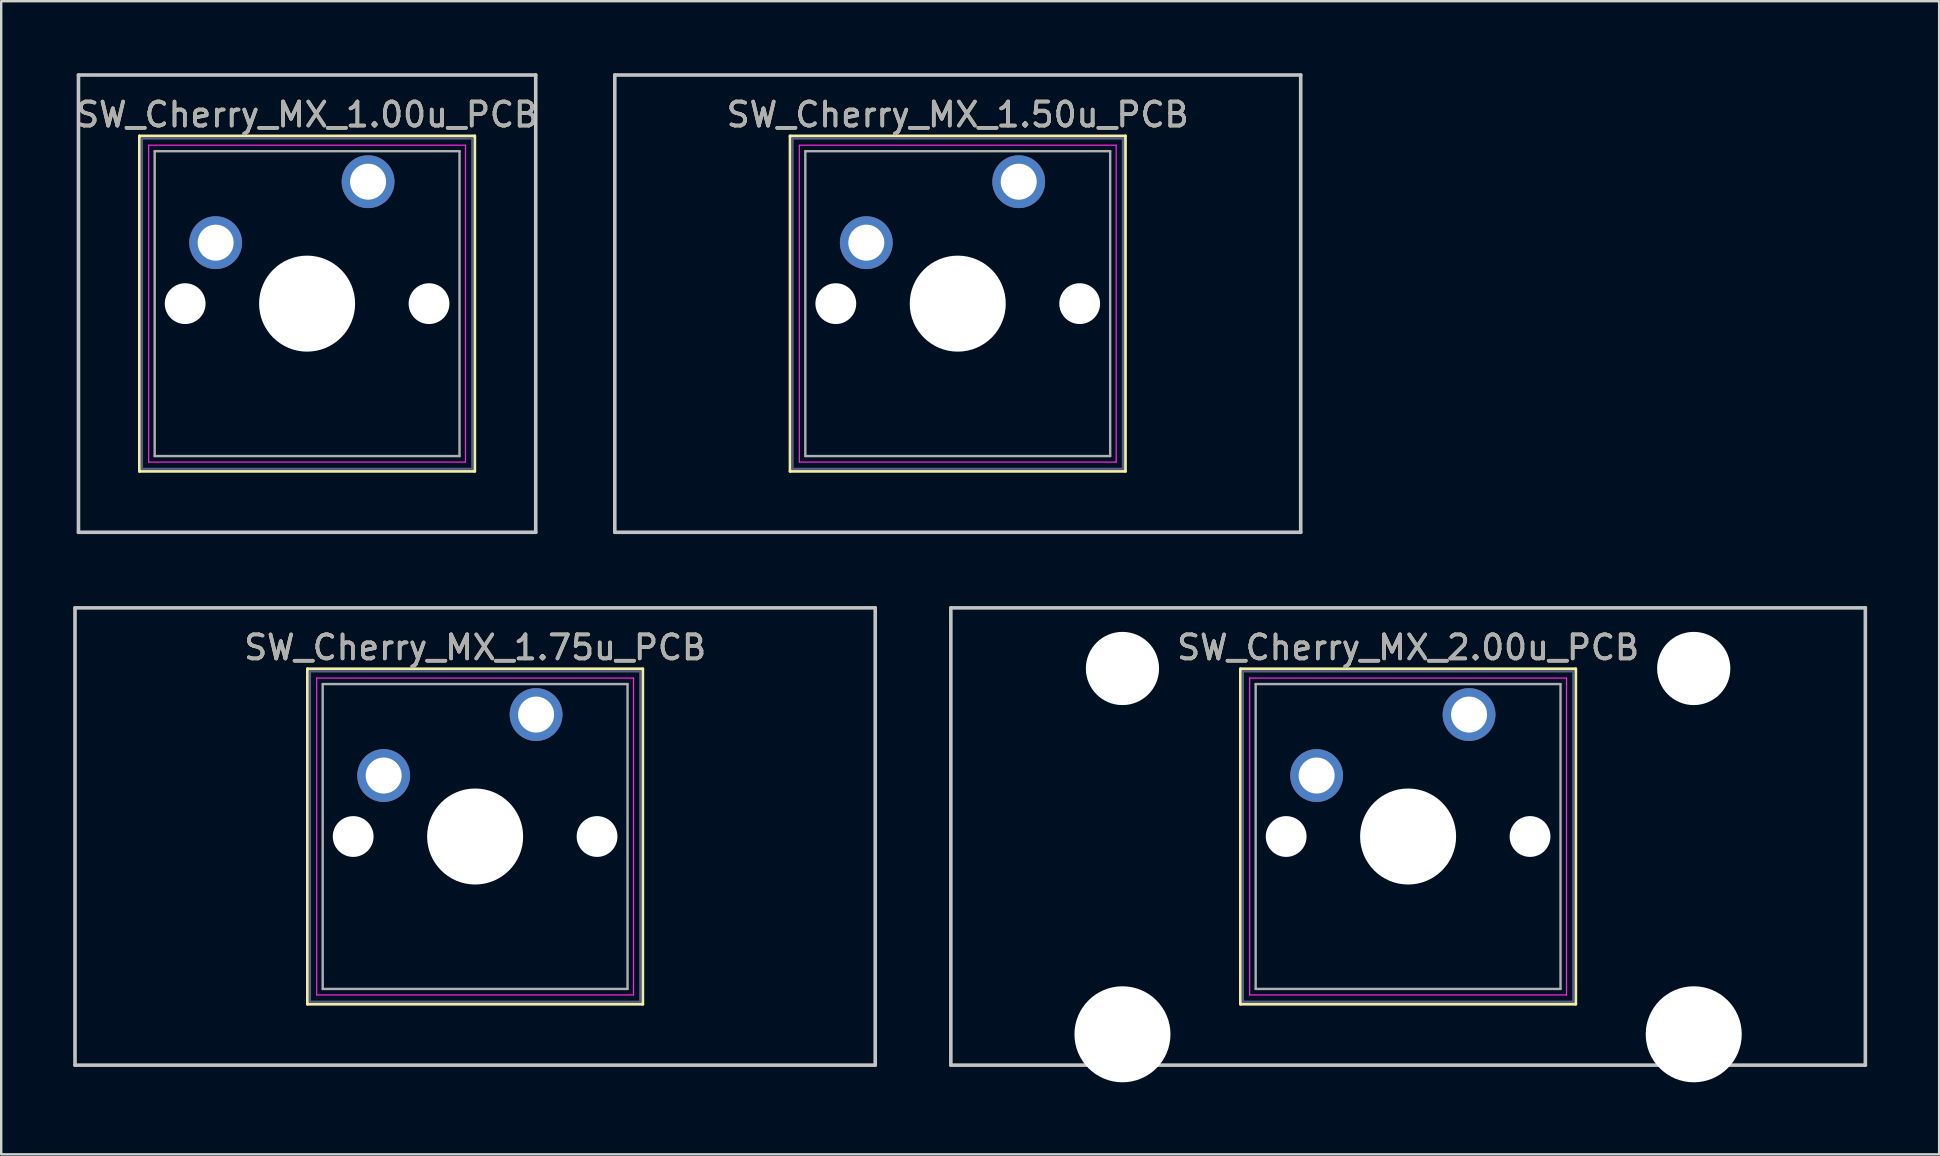
<source format=kicad_pcb>
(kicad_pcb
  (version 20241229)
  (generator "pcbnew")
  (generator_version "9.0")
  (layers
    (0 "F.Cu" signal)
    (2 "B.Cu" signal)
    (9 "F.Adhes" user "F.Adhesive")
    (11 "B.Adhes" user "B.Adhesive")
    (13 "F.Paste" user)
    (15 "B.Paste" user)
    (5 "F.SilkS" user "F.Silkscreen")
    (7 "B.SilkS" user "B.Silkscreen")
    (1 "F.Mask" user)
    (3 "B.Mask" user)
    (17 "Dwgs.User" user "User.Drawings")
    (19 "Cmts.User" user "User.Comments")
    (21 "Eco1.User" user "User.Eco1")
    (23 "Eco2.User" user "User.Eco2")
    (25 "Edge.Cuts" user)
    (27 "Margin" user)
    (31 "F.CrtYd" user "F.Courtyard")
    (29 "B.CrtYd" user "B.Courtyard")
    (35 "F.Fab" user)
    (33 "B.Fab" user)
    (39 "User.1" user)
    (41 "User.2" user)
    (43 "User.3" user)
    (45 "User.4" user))
  (footprint "SW_Cherry_MX_1.75u_PCB"
    (layer "F.Cu")
    (at 19.284 26.72)
    (property "Reference" "SW_Cherry_MX_1.75u_PCB" (at -2.54 -2.794 0) (layer "F.SilkS") (effects (font (size 1 1) (thickness 0.15))))
    (attr through_hole)
    (fp_line (start -9.525 -1.905) (end 4.445 -1.905) (stroke (width 0.12) (type solid)) (layer "F.SilkS"))
    (fp_line (start -9.525 12.065) (end -9.525 -1.905) (stroke (width 0.12) (type solid)) (layer "F.SilkS"))
    (fp_line (start 4.445 -1.905) (end 4.445 12.065) (stroke (width 0.12) (type solid)) (layer "F.SilkS"))
    (fp_line (start 4.445 12.065) (end -9.525 12.065) (stroke (width 0.12) (type solid)) (layer "F.SilkS"))
    (fp_line (start -19.209 -4.445) (end 14.129 -4.445) (stroke (width 0.15) (type solid)) (layer "Dwgs.User"))
    (fp_line (start -19.209 14.605) (end -19.209 -4.445) (stroke (width 0.15) (type solid)) (layer "Dwgs.User"))
    (fp_line (start 14.129 -4.445) (end 14.129 14.605) (stroke (width 0.15) (type solid)) (layer "Dwgs.User"))
    (fp_line (start 14.129 14.605) (end -19.209 14.605) (stroke (width 0.15) (type solid)) (layer "Dwgs.User"))
    (fp_line (start -9.14 -1.52) (end 4.06 -1.52) (stroke (width 0.05) (type solid)) (layer "F.CrtYd"))
    (fp_line (start -9.14 11.68) (end -9.14 -1.52) (stroke (width 0.05) (type solid)) (layer "F.CrtYd"))
    (fp_line (start 4.06 -1.52) (end 4.06 11.68) (stroke (width 0.05) (type solid)) (layer "F.CrtYd"))
    (fp_line (start 4.06 11.68) (end -9.14 11.68) (stroke (width 0.05) (type solid)) (layer "F.CrtYd"))
    (fp_rect (start -9.425 -1.805) (end 4.345 11.965) (stroke (width 0.1) (type default)) (fill no) (layer "B.Fab"))
    (fp_line (start -8.89 -1.27) (end 3.81 -1.27) (stroke (width 0.1) (type solid)) (layer "F.Fab"))
    (fp_line (start -8.89 11.43) (end -8.89 -1.27) (stroke (width 0.1) (type solid)) (layer "F.Fab"))
    (fp_line (start 3.81 -1.27) (end 3.81 11.43) (stroke (width 0.1) (type solid)) (layer "F.Fab"))
    (fp_line (start 3.81 11.43) (end -8.89 11.43) (stroke (width 0.1) (type solid)) (layer "F.Fab"))
    (fp_text user "${REFERENCE}" (at -2.54 -2.794 0) (layer "F.Fab") (effects (font (size 1 1) (thickness 0.15))))
    (pad "" np_thru_hole circle (at -7.62 5.08) (size 1.7 1.7) (drill 1.7) (layers "*.Cu" "*.Mask"))
    (pad "" np_thru_hole circle (at -2.54 5.08) (size 4 4) (drill 4) (layers "*.Cu" "*.Mask"))
    (pad "" np_thru_hole circle (at 2.54 5.08) (size 1.7 1.7) (drill 1.7) (layers "*.Cu" "*.Mask"))
    (pad "1" thru_hole circle (at 0 0) (size 2.2 2.2) (drill 1.5) (layers "*.Cu" "*.Mask"))
    (pad "2" thru_hole circle (at -6.35 2.54) (size 2.2 2.2) (drill 1.5) (layers "*.Cu" "*.Mask")))
  (footprint "SW_Cherry_MX_2.00u_PCB"
    (layer "F.Cu")
    (at 58.153 26.72)
    (property "Reference" "SW_Cherry_MX_2.00u_PCB" (at -2.54 -2.794 0) (layer "F.SilkS") (effects (font (size 1 1) (thickness 0.15))))
    (attr through_hole)
    (fp_line (start -9.525 -1.905) (end 4.445 -1.905) (stroke (width 0.12) (type solid)) (layer "F.SilkS"))
    (fp_line (start -9.525 12.065) (end -9.525 -1.905) (stroke (width 0.12) (type solid)) (layer "F.SilkS"))
    (fp_line (start 4.445 -1.905) (end 4.445 12.065) (stroke (width 0.12) (type solid)) (layer "F.SilkS"))
    (fp_line (start 4.445 12.065) (end -9.525 12.065) (stroke (width 0.12) (type solid)) (layer "F.SilkS"))
    (fp_line (start -21.59 -4.445) (end 16.51 -4.445) (stroke (width 0.15) (type solid)) (layer "Dwgs.User"))
    (fp_line (start -21.59 14.605) (end -21.59 -4.445) (stroke (width 0.15) (type solid)) (layer "Dwgs.User"))
    (fp_line (start 16.51 -4.445) (end 16.51 14.605) (stroke (width 0.15) (type solid)) (layer "Dwgs.User"))
    (fp_line (start 16.51 14.605) (end -21.59 14.605) (stroke (width 0.15) (type solid)) (layer "Dwgs.User"))
    (fp_line (start -9.14 -1.52) (end 4.06 -1.52) (stroke (width 0.05) (type solid)) (layer "F.CrtYd"))
    (fp_line (start -9.14 11.68) (end -9.14 -1.52) (stroke (width 0.05) (type solid)) (layer "F.CrtYd"))
    (fp_line (start 4.06 -1.52) (end 4.06 11.68) (stroke (width 0.05) (type solid)) (layer "F.CrtYd"))
    (fp_line (start 4.06 11.68) (end -9.14 11.68) (stroke (width 0.05) (type solid)) (layer "F.CrtYd"))
    (fp_rect (start -9.425 -1.805) (end 4.345 11.965) (stroke (width 0.1) (type default)) (fill no) (layer "B.Fab"))
    (fp_line (start -8.89 -1.27) (end 3.81 -1.27) (stroke (width 0.1) (type solid)) (layer "F.Fab"))
    (fp_line (start -8.89 11.43) (end -8.89 -1.27) (stroke (width 0.1) (type solid)) (layer "F.Fab"))
    (fp_line (start 3.81 -1.27) (end 3.81 11.43) (stroke (width 0.1) (type solid)) (layer "F.Fab"))
    (fp_line (start 3.81 11.43) (end -8.89 11.43) (stroke (width 0.1) (type solid)) (layer "F.Fab"))
    (fp_text user "${REFERENCE}" (at -2.54 -2.794 0) (layer "F.Fab") (effects (font (size 1 1) (thickness 0.15))))
    (pad "" np_thru_hole circle (at -14.44 -1.92) (size 3.05 3.05) (drill 3.05) (layers "*.Cu" "*.Mask"))
    (pad "" np_thru_hole circle (at -14.44 13.32) (size 4 4) (drill 4) (layers "*.Cu" "*.Mask"))
    (pad "" np_thru_hole circle (at -7.62 5.08) (size 1.7 1.7) (drill 1.7) (layers "*.Cu" "*.Mask"))
    (pad "" np_thru_hole circle (at -2.54 5.08) (size 4 4) (drill 4) (layers "*.Cu" "*.Mask"))
    (pad "" np_thru_hole circle (at 2.54 5.08) (size 1.7 1.7) (drill 1.7) (layers "*.Cu" "*.Mask"))
    (pad "" np_thru_hole circle (at 9.36 -1.92) (size 3.05 3.05) (drill 3.05) (layers "*.Cu" "*.Mask"))
    (pad "" np_thru_hole circle (at 9.36 13.32) (size 4 4) (drill 4) (layers "*.Cu" "*.Mask"))
    (pad "1" thru_hole circle (at 0 0) (size 2.2 2.2) (drill 1.5) (layers "*.Cu" "*.Mask"))
    (pad "2" thru_hole circle (at -6.35 2.54) (size 2.2 2.2) (drill 1.5) (layers "*.Cu" "*.Mask")))
  (footprint "SW_Cherry_MX_1.50u_PCB"
    (layer "F.Cu")
    (at 39.391 4.52)
    (property "Reference" "SW_Cherry_MX_1.50u_PCB" (at -2.54 -2.794 0) (layer "F.SilkS") (effects (font (size 1 1) (thickness 0.15))))
    (attr through_hole)
    (fp_line (start -9.525 -1.905) (end 4.445 -1.905) (stroke (width 0.12) (type solid)) (layer "F.SilkS"))
    (fp_line (start -9.525 12.065) (end -9.525 -1.905) (stroke (width 0.12) (type solid)) (layer "F.SilkS"))
    (fp_line (start 4.445 -1.905) (end 4.445 12.065) (stroke (width 0.12) (type solid)) (layer "F.SilkS"))
    (fp_line (start 4.445 12.065) (end -9.525 12.065) (stroke (width 0.12) (type solid)) (layer "F.SilkS"))
    (fp_line (start -16.828 -4.445) (end 11.748 -4.445) (stroke (width 0.15) (type solid)) (layer "Dwgs.User"))
    (fp_line (start -16.828 14.605) (end -16.828 -4.445) (stroke (width 0.15) (type solid)) (layer "Dwgs.User"))
    (fp_line (start 11.748 -4.445) (end 11.748 14.605) (stroke (width 0.15) (type solid)) (layer "Dwgs.User"))
    (fp_line (start 11.748 14.605) (end -16.828 14.605) (stroke (width 0.15) (type solid)) (layer "Dwgs.User"))
    (fp_line (start -9.14 -1.52) (end 4.06 -1.52) (stroke (width 0.05) (type solid)) (layer "F.CrtYd"))
    (fp_line (start -9.14 11.68) (end -9.14 -1.52) (stroke (width 0.05) (type solid)) (layer "F.CrtYd"))
    (fp_line (start 4.06 -1.52) (end 4.06 11.68) (stroke (width 0.05) (type solid)) (layer "F.CrtYd"))
    (fp_line (start 4.06 11.68) (end -9.14 11.68) (stroke (width 0.05) (type solid)) (layer "F.CrtYd"))
    (fp_rect (start -9.425 -1.805) (end 4.345 11.965) (stroke (width 0.1) (type default)) (fill no) (layer "B.Fab"))
    (fp_line (start -8.89 -1.27) (end 3.81 -1.27) (stroke (width 0.1) (type solid)) (layer "F.Fab"))
    (fp_line (start -8.89 11.43) (end -8.89 -1.27) (stroke (width 0.1) (type solid)) (layer "F.Fab"))
    (fp_line (start 3.81 -1.27) (end 3.81 11.43) (stroke (width 0.1) (type solid)) (layer "F.Fab"))
    (fp_line (start 3.81 11.43) (end -8.89 11.43) (stroke (width 0.1) (type solid)) (layer "F.Fab"))
    (fp_text user "${REFERENCE}" (at -2.54 -2.794 0) (layer "F.Fab") (effects (font (size 1 1) (thickness 0.15))))
    (pad "" np_thru_hole circle (at -7.62 5.08) (size 1.7 1.7) (drill 1.7) (layers "*.Cu" "*.Mask"))
    (pad "" np_thru_hole circle (at -2.54 5.08) (size 4 4) (drill 4) (layers "*.Cu" "*.Mask"))
    (pad "" np_thru_hole circle (at 2.54 5.08) (size 1.7 1.7) (drill 1.7) (layers "*.Cu" "*.Mask"))
    (pad "1" thru_hole circle (at 0 0) (size 2.2 2.2) (drill 1.5) (layers "*.Cu" "*.Mask"))
    (pad "2" thru_hole circle (at -6.35 2.54) (size 2.2 2.2) (drill 1.5) (layers "*.Cu" "*.Mask")))
  (footprint "SW_Cherry_MX_1.00u_PCB"
    (layer "F.Cu")
    (at 12.284 4.52)
    (property "Reference" "SW_Cherry_MX_1.00u_PCB" (at -2.54 -2.794 0) (layer "F.SilkS") (effects (font (size 1 1) (thickness 0.15))))
    (attr through_hole)
    (fp_line (start -9.525 -1.905) (end 4.445 -1.905) (stroke (width 0.12) (type solid)) (layer "F.SilkS"))
    (fp_line (start -9.525 12.065) (end -9.525 -1.905) (stroke (width 0.12) (type solid)) (layer "F.SilkS"))
    (fp_line (start 4.445 -1.905) (end 4.445 12.065) (stroke (width 0.12) (type solid)) (layer "F.SilkS"))
    (fp_line (start 4.445 12.065) (end -9.525 12.065) (stroke (width 0.12) (type solid)) (layer "F.SilkS"))
    (fp_line (start -12.065 -4.445) (end 6.985 -4.445) (stroke (width 0.15) (type solid)) (layer "Dwgs.User"))
    (fp_line (start -12.065 14.605) (end -12.065 -4.445) (stroke (width 0.15) (type solid)) (layer "Dwgs.User"))
    (fp_line (start 6.985 -4.445) (end 6.985 14.605) (stroke (width 0.15) (type solid)) (layer "Dwgs.User"))
    (fp_line (start 6.985 14.605) (end -12.065 14.605) (stroke (width 0.15) (type solid)) (layer "Dwgs.User"))
    (fp_line (start -9.14 -1.52) (end 4.06 -1.52) (stroke (width 0.05) (type solid)) (layer "F.CrtYd"))
    (fp_line (start -9.14 11.68) (end -9.14 -1.52) (stroke (width 0.05) (type solid)) (layer "F.CrtYd"))
    (fp_line (start 4.06 -1.52) (end 4.06 11.68) (stroke (width 0.05) (type solid)) (layer "F.CrtYd"))
    (fp_line (start 4.06 11.68) (end -9.14 11.68) (stroke (width 0.05) (type solid)) (layer "F.CrtYd"))
    (fp_rect (start -9.425 -1.805) (end 4.345 11.965) (stroke (width 0.1) (type default)) (fill no) (layer "B.Fab"))
    (fp_line (start -8.89 -1.27) (end 3.81 -1.27) (stroke (width 0.1) (type solid)) (layer "F.Fab"))
    (fp_line (start -8.89 11.43) (end -8.89 -1.27) (stroke (width 0.1) (type solid)) (layer "F.Fab"))
    (fp_line (start 3.81 -1.27) (end 3.81 11.43) (stroke (width 0.1) (type solid)) (layer "F.Fab"))
    (fp_line (start 3.81 11.43) (end -8.89 11.43) (stroke (width 0.1) (type solid)) (layer "F.Fab"))
    (fp_text user "${REFERENCE}" (at -2.54 -2.794 0) (layer "F.Fab") (effects (font (size 1 1) (thickness 0.15))))
    (pad "" np_thru_hole circle (at -7.62 5.08) (size 1.7 1.7) (drill 1.7) (layers "*.Cu" "*.Mask"))
    (pad "" np_thru_hole circle (at -2.54 5.08) (size 4 4) (drill 4) (layers "*.Cu" "*.Mask"))
    (pad "" np_thru_hole circle (at 2.54 5.08) (size 1.7 1.7) (drill 1.7) (layers "*.Cu" "*.Mask"))
    (pad "1" thru_hole circle (at 0 0) (size 2.2 2.2) (drill 1.5) (layers "*.Cu" "*.Mask"))
    (pad "2" thru_hole circle (at -6.35 2.54) (size 2.2 2.2) (drill 1.5) (layers "*.Cu" "*.Mask")))
  (gr_rect
    (start -3 -3)
    (end 77.737 45.04)
    (stroke (width 0.1) (type default))
    (fill no)
    (layer "Edge.Cuts")))
</source>
